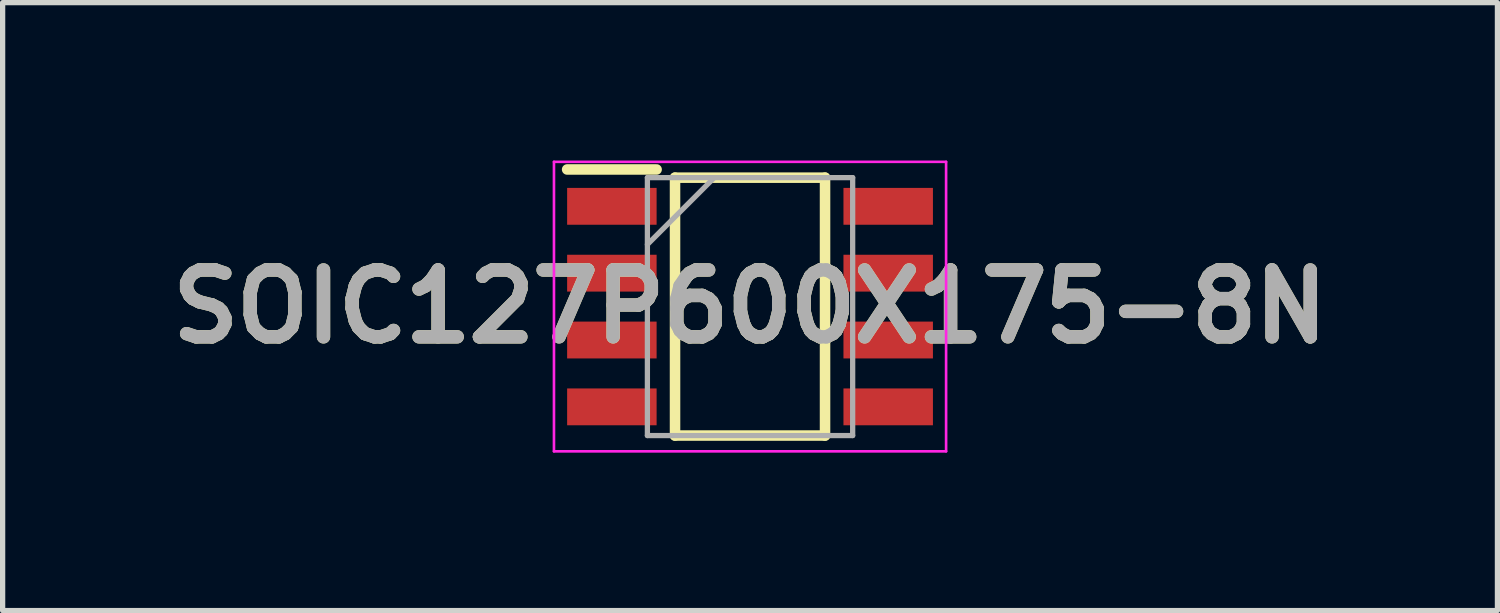
<source format=kicad_pcb>
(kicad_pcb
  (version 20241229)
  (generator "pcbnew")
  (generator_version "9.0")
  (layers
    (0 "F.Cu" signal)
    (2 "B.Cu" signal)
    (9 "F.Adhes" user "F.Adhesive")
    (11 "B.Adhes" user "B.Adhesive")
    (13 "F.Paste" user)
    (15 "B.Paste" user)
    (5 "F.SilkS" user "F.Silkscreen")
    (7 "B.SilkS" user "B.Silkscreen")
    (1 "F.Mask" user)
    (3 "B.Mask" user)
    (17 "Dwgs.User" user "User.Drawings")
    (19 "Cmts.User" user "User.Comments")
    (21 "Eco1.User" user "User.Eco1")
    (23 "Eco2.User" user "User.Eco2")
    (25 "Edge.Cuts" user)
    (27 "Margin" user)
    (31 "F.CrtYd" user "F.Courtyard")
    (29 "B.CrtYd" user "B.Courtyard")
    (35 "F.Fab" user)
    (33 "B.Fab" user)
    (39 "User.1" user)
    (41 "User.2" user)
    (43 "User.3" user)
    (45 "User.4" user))
  (footprint "SOIC127P600X175-8N"
    (layer "F.Cu")
    (at 11.2 2.775)
    (property "Reference" "SOIC127P600X175-8N" (at 0 0 0) (layer "F.SilkS") (effects (font (size 1.27 1.27) (thickness 0.254))))
    (attr smd)
    (fp_line (start -3.475 -2.605) (end -1.775 -2.605) (stroke (width 0.2) (type solid)) (layer "F.SilkS"))
    (fp_line (start -1.425 -2.45) (end 1.425 -2.45) (stroke (width 0.2) (type solid)) (layer "F.SilkS"))
    (fp_line (start -1.425 2.45) (end -1.425 -2.45) (stroke (width 0.2) (type solid)) (layer "F.SilkS"))
    (fp_line (start 1.425 -2.45) (end 1.425 2.45) (stroke (width 0.2) (type solid)) (layer "F.SilkS"))
    (fp_line (start 1.425 2.45) (end -1.425 2.45) (stroke (width 0.2) (type solid)) (layer "F.SilkS"))
    (fp_line (start -3.725 -2.75) (end 3.725 -2.75) (stroke (width 0.05) (type solid)) (layer "F.CrtYd"))
    (fp_line (start -3.725 2.75) (end -3.725 -2.75) (stroke (width 0.05) (type solid)) (layer "F.CrtYd"))
    (fp_line (start 3.725 -2.75) (end 3.725 2.75) (stroke (width 0.05) (type solid)) (layer "F.CrtYd"))
    (fp_line (start 3.725 2.75) (end -3.725 2.75) (stroke (width 0.05) (type solid)) (layer "F.CrtYd"))
    (fp_line (start -1.95 -2.45) (end 1.95 -2.45) (stroke (width 0.1) (type solid)) (layer "F.Fab"))
    (fp_line (start -1.95 -1.18) (end -0.68 -2.45) (stroke (width 0.1) (type solid)) (layer "F.Fab"))
    (fp_line (start -1.95 2.45) (end -1.95 -2.45) (stroke (width 0.1) (type solid)) (layer "F.Fab"))
    (fp_line (start 1.95 -2.45) (end 1.95 2.45) (stroke (width 0.1) (type solid)) (layer "F.Fab"))
    (fp_line (start 1.95 2.45) (end -1.95 2.45) (stroke (width 0.1) (type solid)) (layer "F.Fab"))
    (fp_text user "${REFERENCE}" (at 0 0 0) (layer "F.Fab") (effects (font (size 1.27 1.27) (thickness 0.254))))
    (pad "1" smd rect (at -2.625 -1.905 90) (size 0.7 1.7) (layers "F.Cu" "F.Mask" "F.Paste"))
    (pad "2" smd rect (at -2.625 -0.635 90) (size 0.7 1.7) (layers "F.Cu" "F.Mask" "F.Paste"))
    (pad "3" smd rect (at -2.625 0.635 90) (size 0.7 1.7) (layers "F.Cu" "F.Mask" "F.Paste"))
    (pad "4" smd rect (at -2.625 1.905 90) (size 0.7 1.7) (layers "F.Cu" "F.Mask" "F.Paste"))
    (pad "5" smd rect (at 2.625 1.905 90) (size 0.7 1.7) (layers "F.Cu" "F.Mask" "F.Paste"))
    (pad "6" smd rect (at 2.625 0.635 90) (size 0.7 1.7) (layers "F.Cu" "F.Mask" "F.Paste"))
    (pad "7" smd rect (at 2.625 -0.635 90) (size 0.7 1.7) (layers "F.Cu" "F.Mask" "F.Paste"))
    (pad "8" smd rect (at 2.625 -1.905 90) (size 0.7 1.7) (layers "F.Cu" "F.Mask" "F.Paste")))
  (gr_rect
    (start -3 -3)
    (end 25.4 8.55)
    (stroke (width 0.1) (type default))
    (fill no)
    (layer "Edge.Cuts")))
</source>
